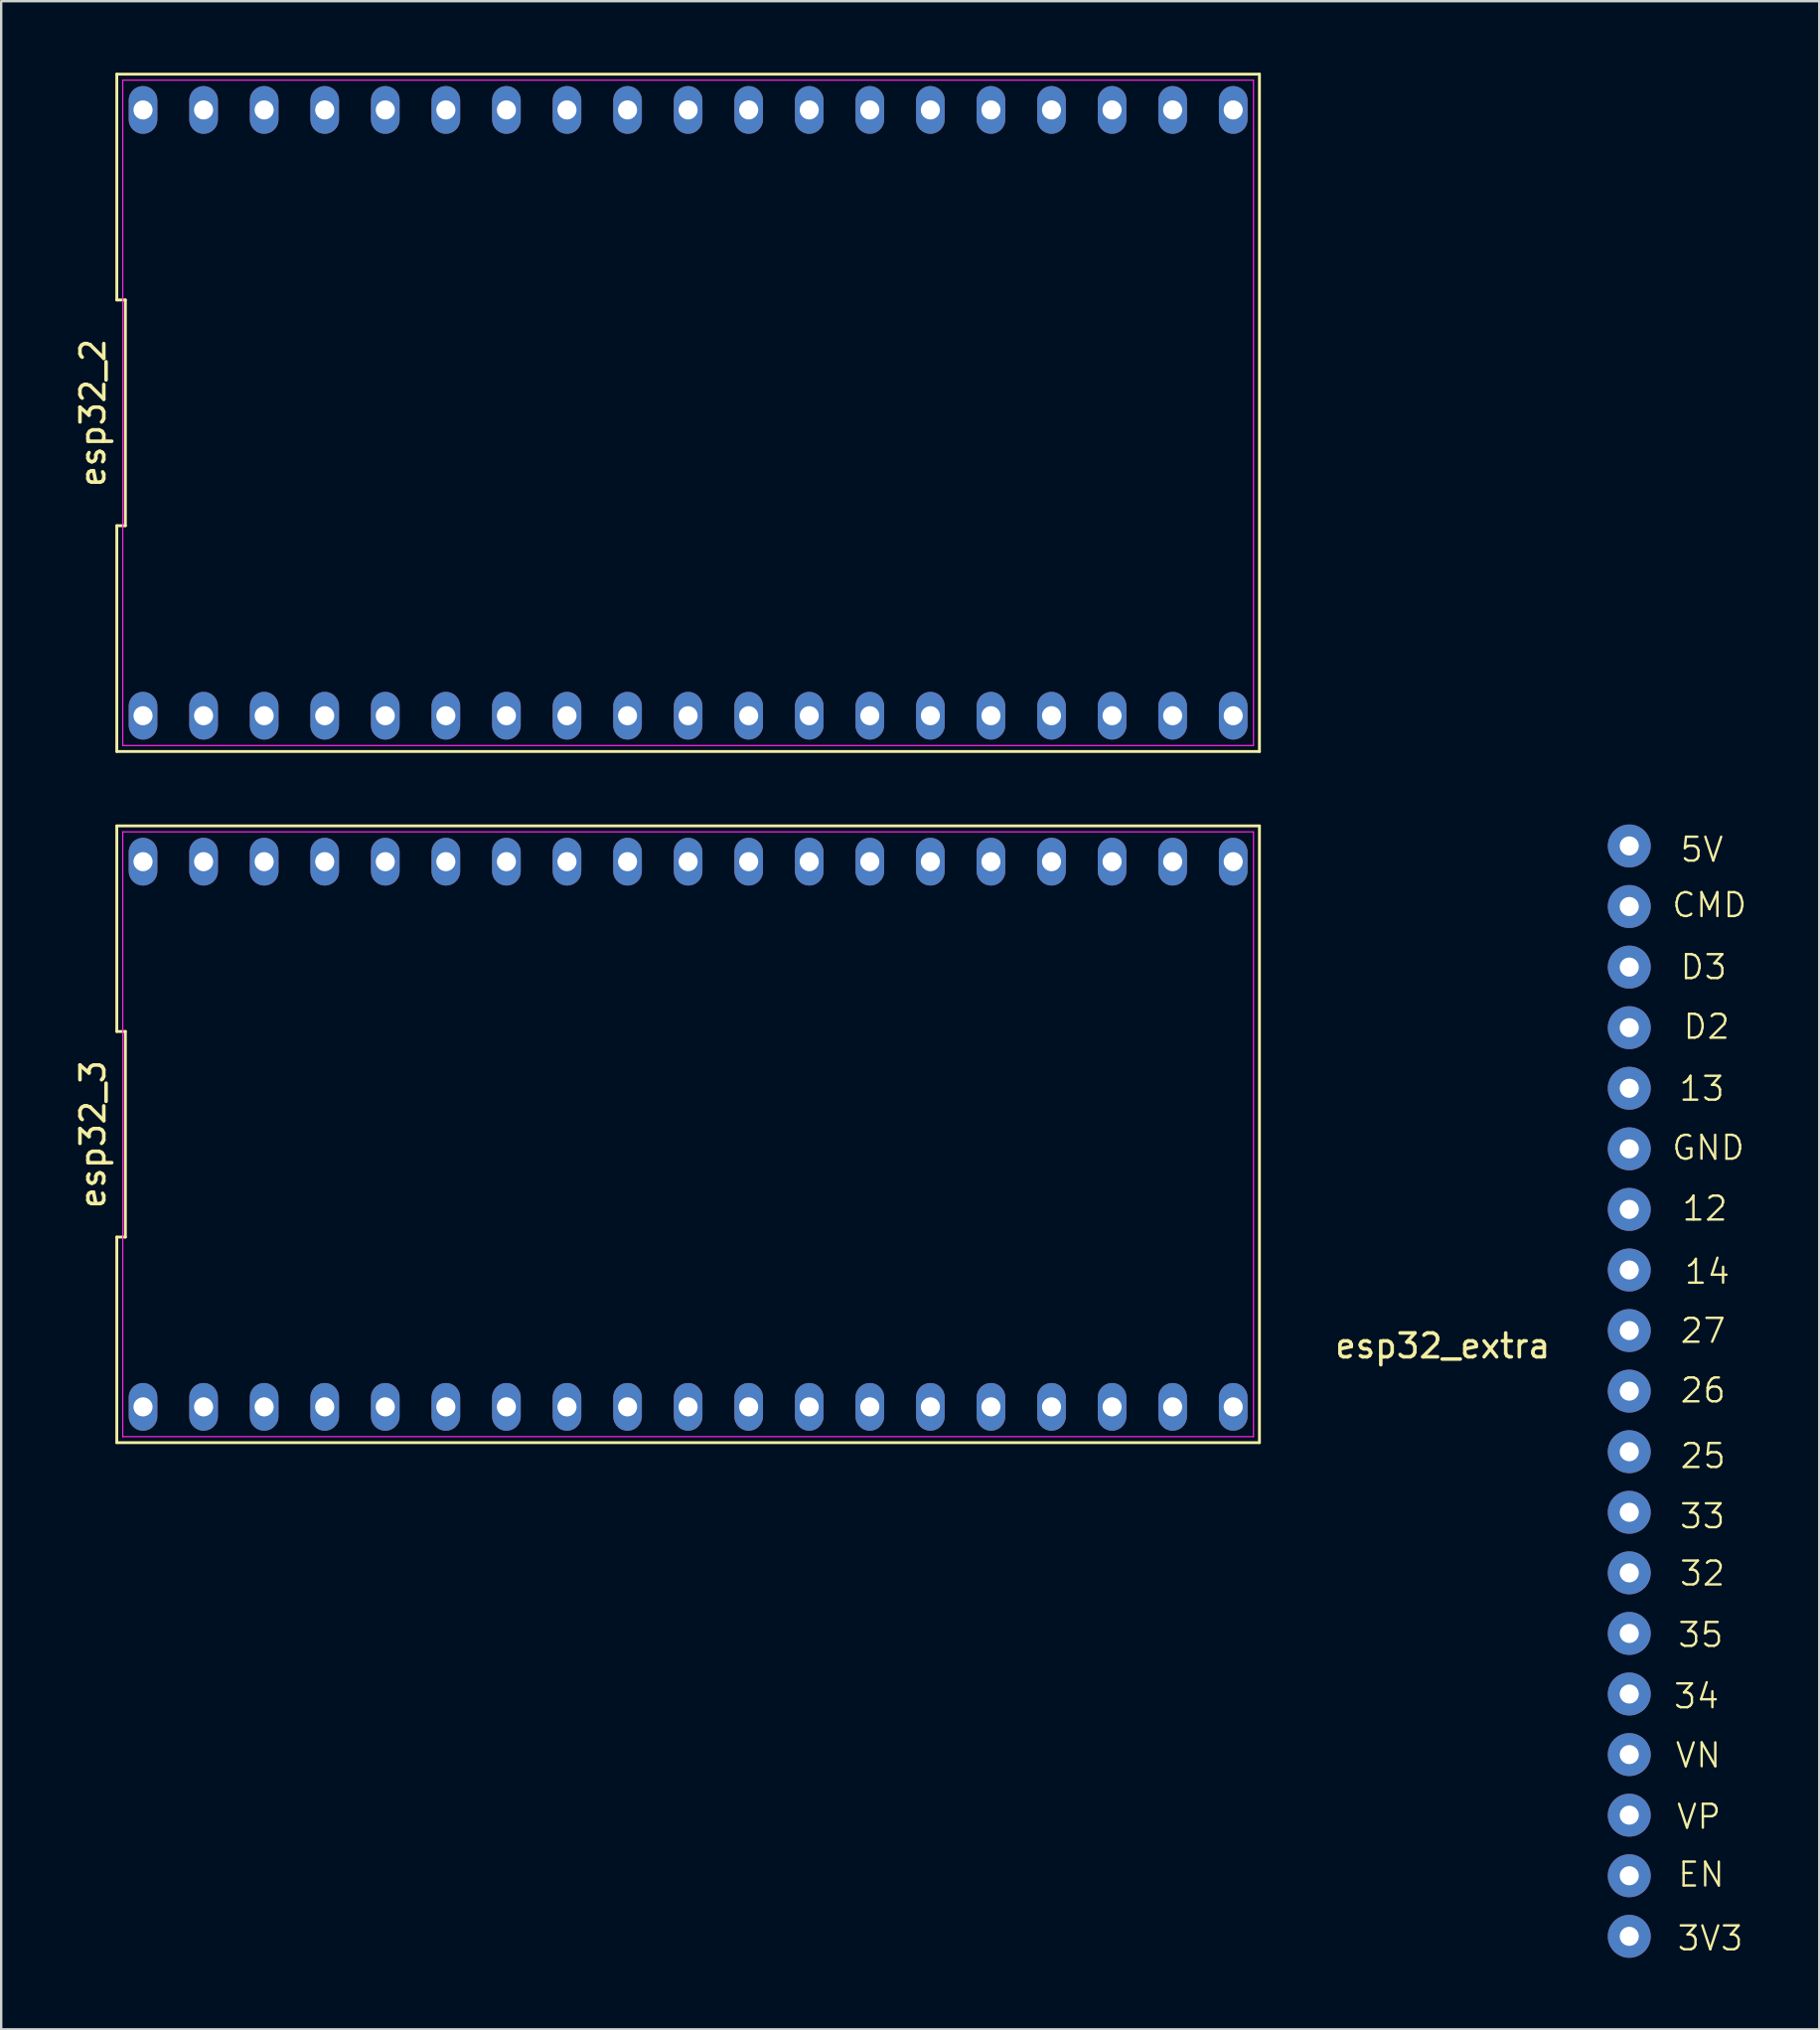
<source format=kicad_pcb>
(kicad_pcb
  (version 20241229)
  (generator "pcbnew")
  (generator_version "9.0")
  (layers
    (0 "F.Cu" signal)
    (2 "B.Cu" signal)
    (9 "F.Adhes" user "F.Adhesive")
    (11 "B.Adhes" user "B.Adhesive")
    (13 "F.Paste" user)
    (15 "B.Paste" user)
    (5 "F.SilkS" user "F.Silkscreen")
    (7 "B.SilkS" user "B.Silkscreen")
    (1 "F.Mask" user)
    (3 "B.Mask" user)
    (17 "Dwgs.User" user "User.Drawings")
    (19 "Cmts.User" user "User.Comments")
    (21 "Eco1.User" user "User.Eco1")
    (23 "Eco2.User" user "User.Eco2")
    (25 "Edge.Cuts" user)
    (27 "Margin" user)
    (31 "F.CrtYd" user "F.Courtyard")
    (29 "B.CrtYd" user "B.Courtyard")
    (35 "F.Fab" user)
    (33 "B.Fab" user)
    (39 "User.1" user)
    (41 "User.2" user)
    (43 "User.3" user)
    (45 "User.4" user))
  (footprint "esp32_2"
    (layer "F.Cu")
    (at 25.808 14.26)
    (property "Reference" "esp32_2" (at -24.96 0 90) (unlocked yes) (layer "F.SilkS") (effects (font (size 1 1) (thickness 0.15))))
    (attr through_hole)
    (fp_line (start -23.96 -14.2) (end -23.96 -4.733) (stroke (width 0.12) (type default)) (layer "F.SilkS"))
    (fp_line (start -23.96 -4.733) (end -23.6 -4.733) (stroke (width 0.12) (type default)) (layer "F.SilkS"))
    (fp_line (start -23.96 4.733) (end -23.96 14.2) (stroke (width 0.12) (type default)) (layer "F.SilkS"))
    (fp_line (start -23.96 14.2) (end 23.96 14.2) (stroke (width 0.12) (type default)) (layer "F.SilkS"))
    (fp_line (start -23.6 -4.733) (end -23.6 4.733) (stroke (width 0.12) (type default)) (layer "F.SilkS"))
    (fp_line (start -23.6 4.733) (end -23.96 4.733) (stroke (width 0.12) (type default)) (layer "F.SilkS"))
    (fp_line (start 23.96 -14.2) (end -23.96 -14.2) (stroke (width 0.12) (type default)) (layer "F.SilkS"))
    (fp_line (start 23.96 14.2) (end 23.96 -14.2) (stroke (width 0.12) (type default)) (layer "F.SilkS"))
    (fp_line (start -23.71 -13.95) (end 23.71 -13.95) (stroke (width 0.05) (type default)) (layer "F.CrtYd"))
    (fp_line (start -23.71 13.95) (end -23.71 -13.95) (stroke (width 0.05) (type default)) (layer "F.CrtYd"))
    (fp_line (start 23.71 -13.95) (end 23.71 13.95) (stroke (width 0.05) (type default)) (layer "F.CrtYd"))
    (fp_line (start 23.71 13.95) (end -23.71 13.95) (stroke (width 0.05) (type default)) (layer "F.CrtYd"))
    (pad "1" thru_hole oval (at -22.86 12.7) (size 1.2 2) (drill 0.8) (layers "*.Cu" "*.Mask"))
    (pad "2" thru_hole oval (at -20.32 12.7) (size 1.2 2) (drill 0.8) (layers "*.Cu" "*.Mask"))
    (pad "3" thru_hole oval (at -17.78 12.7) (size 1.2 2) (drill 0.8) (layers "*.Cu" "*.Mask"))
    (pad "4" thru_hole oval (at -15.24 12.7) (size 1.2 2) (drill 0.8) (layers "*.Cu" "*.Mask"))
    (pad "5" thru_hole oval (at -12.7 12.7) (size 1.2 2) (drill 0.8) (layers "*.Cu" "*.Mask"))
    (pad "6" thru_hole oval (at -10.16 12.7) (size 1.2 2) (drill 0.8) (layers "*.Cu" "*.Mask"))
    (pad "7" thru_hole oval (at -7.62 12.7) (size 1.2 2) (drill 0.8) (layers "*.Cu" "*.Mask"))
    (pad "8" thru_hole oval (at -5.08 12.7) (size 1.2 2) (drill 0.8) (layers "*.Cu" "*.Mask"))
    (pad "9" thru_hole oval (at -2.54 12.7) (size 1.2 2) (drill 0.8) (layers "*.Cu" "*.Mask"))
    (pad "10" thru_hole oval (at 0 12.7) (size 1.2 2) (drill 0.8) (layers "*.Cu" "*.Mask"))
    (pad "11" thru_hole oval (at 2.54 12.7) (size 1.2 2) (drill 0.8) (layers "*.Cu" "*.Mask"))
    (pad "12" thru_hole oval (at 5.08 12.7) (size 1.2 2) (drill 0.8) (layers "*.Cu" "*.Mask"))
    (pad "13" thru_hole oval (at 7.62 12.7) (size 1.2 2) (drill 0.8) (layers "*.Cu" "*.Mask"))
    (pad "14" thru_hole oval (at 10.16 12.7) (size 1.2 2) (drill 0.8) (layers "*.Cu" "*.Mask"))
    (pad "15" thru_hole oval (at 12.7 12.7) (size 1.2 2) (drill 0.8) (layers "*.Cu" "*.Mask"))
    (pad "16" thru_hole oval (at 15.24 12.7) (size 1.2 2) (drill 0.8) (layers "*.Cu" "*.Mask"))
    (pad "17" thru_hole oval (at 17.78 12.7) (size 1.2 2) (drill 0.8) (layers "*.Cu" "*.Mask"))
    (pad "18" thru_hole oval (at 20.32 12.7) (size 1.2 2) (drill 0.8) (layers "*.Cu" "*.Mask"))
    (pad "19" thru_hole oval (at 22.86 12.7) (size 1.2 2) (drill 0.8) (layers "*.Cu" "*.Mask"))
    (pad "20" thru_hole oval (at 22.86 -12.7) (size 1.2 2) (drill 0.8) (layers "*.Cu" "*.Mask"))
    (pad "21" thru_hole oval (at 20.32 -12.7) (size 1.2 2) (drill 0.8) (layers "*.Cu" "*.Mask"))
    (pad "22" thru_hole oval (at 17.78 -12.7) (size 1.2 2) (drill 0.8) (layers "*.Cu" "*.Mask"))
    (pad "23" thru_hole oval (at 15.24 -12.7) (size 1.2 2) (drill 0.8) (layers "*.Cu" "*.Mask"))
    (pad "24" thru_hole oval (at 12.7 -12.7) (size 1.2 2) (drill 0.8) (layers "*.Cu" "*.Mask"))
    (pad "25" thru_hole oval (at 10.16 -12.7) (size 1.2 2) (drill 0.8) (layers "*.Cu" "*.Mask"))
    (pad "26" thru_hole oval (at 7.62 -12.7) (size 1.2 2) (drill 0.8) (layers "*.Cu" "*.Mask"))
    (pad "27" thru_hole oval (at 5.08 -12.7) (size 1.2 2) (drill 0.8) (layers "*.Cu" "*.Mask"))
    (pad "28" thru_hole oval (at 2.54 -12.7) (size 1.2 2) (drill 0.8) (layers "*.Cu" "*.Mask"))
    (pad "29" thru_hole oval (at 0 -12.7) (size 1.2 2) (drill 0.8) (layers "*.Cu" "*.Mask"))
    (pad "30" thru_hole oval (at -2.54 -12.7) (size 1.2 2) (drill 0.8) (layers "*.Cu" "*.Mask"))
    (pad "31" thru_hole oval (at -5.08 -12.7) (size 1.2 2) (drill 0.8) (layers "*.Cu" "*.Mask"))
    (pad "32" thru_hole oval (at -7.62 -12.7) (size 1.2 2) (drill 0.8) (layers "*.Cu" "*.Mask"))
    (pad "33" thru_hole oval (at -10.16 -12.7) (size 1.2 2) (drill 0.8) (layers "*.Cu" "*.Mask"))
    (pad "34" thru_hole oval (at -12.7 -12.7) (size 1.2 2) (drill 0.8) (layers "*.Cu" "*.Mask"))
    (pad "35" thru_hole oval (at -15.24 -12.7) (size 1.2 2) (drill 0.8) (layers "*.Cu" "*.Mask"))
    (pad "36" thru_hole oval (at -17.78 -12.7) (size 1.2 2) (drill 0.8) (layers "*.Cu" "*.Mask"))
    (pad "37" thru_hole oval (at -20.32 -12.7) (size 1.2 2) (drill 0.8) (layers "*.Cu" "*.Mask"))
    (pad "38" thru_hole oval (at -22.86 -12.7) (size 1.2 2) (drill 0.8) (layers "*.Cu" "*.Mask")))
  (footprint "esp32_3"
    (layer "F.Cu")
    (at 25.808 44.51)
    (property "Reference" "esp32_3" (at -24.96 0 90) (unlocked yes) (layer "F.SilkS") (effects (font (size 1 1) (thickness 0.15))))
    (attr through_hole)
    (fp_line (start -23.96 -12.93) (end -23.96 -4.31) (stroke (width 0.12) (type default)) (layer "F.SilkS"))
    (fp_line (start -23.96 -4.31) (end -23.6 -4.31) (stroke (width 0.12) (type default)) (layer "F.SilkS"))
    (fp_line (start -23.96 4.31) (end -23.96 12.93) (stroke (width 0.12) (type default)) (layer "F.SilkS"))
    (fp_line (start -23.96 12.93) (end 23.96 12.93) (stroke (width 0.12) (type default)) (layer "F.SilkS"))
    (fp_line (start -23.6 -4.31) (end -23.6 4.31) (stroke (width 0.12) (type default)) (layer "F.SilkS"))
    (fp_line (start -23.6 4.31) (end -23.96 4.31) (stroke (width 0.12) (type default)) (layer "F.SilkS"))
    (fp_line (start 23.96 -12.93) (end -23.96 -12.93) (stroke (width 0.12) (type default)) (layer "F.SilkS"))
    (fp_line (start 23.96 12.93) (end 23.96 -12.93) (stroke (width 0.12) (type default)) (layer "F.SilkS"))
    (fp_line (start -23.71 -12.68) (end 23.71 -12.68) (stroke (width 0.05) (type default)) (layer "F.CrtYd"))
    (fp_line (start -23.71 12.68) (end -23.71 -12.68) (stroke (width 0.05) (type default)) (layer "F.CrtYd"))
    (fp_line (start 23.71 -12.68) (end 23.71 12.68) (stroke (width 0.05) (type default)) (layer "F.CrtYd"))
    (fp_line (start 23.71 12.68) (end -23.71 12.68) (stroke (width 0.05) (type default)) (layer "F.CrtYd"))
    (pad "1" thru_hole oval (at -22.86 11.43) (size 1.2 2) (drill 0.8) (layers "*.Cu" "*.Mask"))
    (pad "2" thru_hole oval (at -20.32 11.43) (size 1.2 2) (drill 0.8) (layers "*.Cu" "*.Mask"))
    (pad "3" thru_hole oval (at -17.78 11.43) (size 1.2 2) (drill 0.8) (layers "*.Cu" "*.Mask"))
    (pad "4" thru_hole oval (at -15.24 11.43) (size 1.2 2) (drill 0.8) (layers "*.Cu" "*.Mask"))
    (pad "5" thru_hole oval (at -12.7 11.43) (size 1.2 2) (drill 0.8) (layers "*.Cu" "*.Mask"))
    (pad "6" thru_hole oval (at -10.16 11.43) (size 1.2 2) (drill 0.8) (layers "*.Cu" "*.Mask"))
    (pad "7" thru_hole oval (at -7.62 11.43) (size 1.2 2) (drill 0.8) (layers "*.Cu" "*.Mask"))
    (pad "8" thru_hole oval (at -5.08 11.43) (size 1.2 2) (drill 0.8) (layers "*.Cu" "*.Mask"))
    (pad "9" thru_hole oval (at -2.54 11.43) (size 1.2 2) (drill 0.8) (layers "*.Cu" "*.Mask"))
    (pad "10" thru_hole oval (at 0 11.43) (size 1.2 2) (drill 0.8) (layers "*.Cu" "*.Mask"))
    (pad "11" thru_hole oval (at 2.54 11.43) (size 1.2 2) (drill 0.8) (layers "*.Cu" "*.Mask"))
    (pad "12" thru_hole oval (at 5.08 11.43) (size 1.2 2) (drill 0.8) (layers "*.Cu" "*.Mask"))
    (pad "13" thru_hole oval (at 7.62 11.43) (size 1.2 2) (drill 0.8) (layers "*.Cu" "*.Mask"))
    (pad "14" thru_hole oval (at 10.16 11.43) (size 1.2 2) (drill 0.8) (layers "*.Cu" "*.Mask"))
    (pad "15" thru_hole oval (at 12.7 11.43) (size 1.2 2) (drill 0.8) (layers "*.Cu" "*.Mask"))
    (pad "16" thru_hole oval (at 15.24 11.43) (size 1.2 2) (drill 0.8) (layers "*.Cu" "*.Mask"))
    (pad "17" thru_hole oval (at 17.78 11.43) (size 1.2 2) (drill 0.8) (layers "*.Cu" "*.Mask"))
    (pad "18" thru_hole oval (at 20.32 11.43) (size 1.2 2) (drill 0.8) (layers "*.Cu" "*.Mask"))
    (pad "19" thru_hole oval (at 22.86 11.43) (size 1.2 2) (drill 0.8) (layers "*.Cu" "*.Mask"))
    (pad "20" thru_hole oval (at 22.86 -11.43) (size 1.2 2) (drill 0.8) (layers "*.Cu" "*.Mask"))
    (pad "21" thru_hole oval (at 20.32 -11.43) (size 1.2 2) (drill 0.8) (layers "*.Cu" "*.Mask"))
    (pad "22" thru_hole oval (at 17.78 -11.43) (size 1.2 2) (drill 0.8) (layers "*.Cu" "*.Mask"))
    (pad "23" thru_hole oval (at 15.24 -11.43) (size 1.2 2) (drill 0.8) (layers "*.Cu" "*.Mask"))
    (pad "24" thru_hole oval (at 12.7 -11.43) (size 1.2 2) (drill 0.8) (layers "*.Cu" "*.Mask"))
    (pad "25" thru_hole oval (at 10.16 -11.43) (size 1.2 2) (drill 0.8) (layers "*.Cu" "*.Mask"))
    (pad "26" thru_hole oval (at 7.62 -11.43) (size 1.2 2) (drill 0.8) (layers "*.Cu" "*.Mask"))
    (pad "27" thru_hole oval (at 5.08 -11.43) (size 1.2 2) (drill 0.8) (layers "*.Cu" "*.Mask"))
    (pad "28" thru_hole oval (at 2.54 -11.43) (size 1.2 2) (drill 0.8) (layers "*.Cu" "*.Mask"))
    (pad "29" thru_hole oval (at 0 -11.43) (size 1.2 2) (drill 0.8) (layers "*.Cu" "*.Mask"))
    (pad "30" thru_hole oval (at -2.54 -11.43) (size 1.2 2) (drill 0.8) (layers "*.Cu" "*.Mask"))
    (pad "31" thru_hole oval (at -5.08 -11.43) (size 1.2 2) (drill 0.8) (layers "*.Cu" "*.Mask"))
    (pad "32" thru_hole oval (at -7.62 -11.43) (size 1.2 2) (drill 0.8) (layers "*.Cu" "*.Mask"))
    (pad "33" thru_hole oval (at -10.16 -11.43) (size 1.2 2) (drill 0.8) (layers "*.Cu" "*.Mask"))
    (pad "34" thru_hole oval (at -12.7 -11.43) (size 1.2 2) (drill 0.8) (layers "*.Cu" "*.Mask"))
    (pad "35" thru_hole oval (at -15.24 -11.43) (size 1.2 2) (drill 0.8) (layers "*.Cu" "*.Mask"))
    (pad "36" thru_hole oval (at -17.78 -11.43) (size 1.2 2) (drill 0.8) (layers "*.Cu" "*.Mask"))
    (pad "37" thru_hole oval (at -20.32 -11.43) (size 1.2 2) (drill 0.8) (layers "*.Cu" "*.Mask"))
    (pad "38" thru_hole oval (at -22.86 -11.43) (size 1.2 2) (drill 0.8) (layers "*.Cu" "*.Mask")))
  (footprint "esp32_extra"
    (layer "F.Cu")
    (at 65.028 55.36)
    (property "Reference" "esp32_extra" (at -7.575 -1.975 0) (unlocked yes) (layer "F.SilkS") (effects (font (size 1 1) (thickness 0.15))))
    (attr through_hole)
    (fp_text user "32" (at 2.3 8.15 0) (unlocked yes) (layer "F.SilkS") (effects (font (size 1 1) (thickness 0.1)) (justify left bottom)))
    (fp_text user "27" (at 2.325 -2.025 0) (unlocked yes) (layer "F.SilkS") (effects (font (size 1 1) (thickness 0.1)) (justify left bottom)))
    (fp_text user "EN" (at 2.225 20.775 0) (unlocked yes) (layer "F.SilkS") (effects (font (size 1 1) (thickness 0.1)) (justify left bottom)))
    (fp_text user "GND" (at 1.975 -9.7 0) (unlocked yes) (layer "F.SilkS") (effects (font (size 1 1) (thickness 0.1)) (justify left bottom)))
    (fp_text user "14" (at 2.5 -4.5 0) (unlocked yes) (layer "F.SilkS") (effects (font (size 1 1) (thickness 0.1)) (justify left bottom)))
    (fp_text user "VN" (at 2.125 15.775 0) (unlocked yes) (layer "F.SilkS") (effects (font (size 1 1) (thickness 0.1)) (justify left bottom)))
    (fp_text user "D3" (at 2.325 -17.275 0) (unlocked yes) (layer "F.SilkS") (effects (font (size 1 1) (thickness 0.1)) (justify left bottom)))
    (fp_text user "VP" (at 2.175 18.35 0) (unlocked yes) (layer "F.SilkS") (effects (font (size 1 1) (thickness 0.1)) (justify left bottom)))
    (fp_text user "13" (at 2.275 -12.175 0) (unlocked yes) (layer "F.SilkS") (effects (font (size 1 1) (thickness 0.1)) (justify left bottom)))
    (fp_text user "3V3" (at 2.2 23.45 0) (unlocked yes) (layer "F.SilkS") (effects (font (size 1 1) (thickness 0.1)) (justify left bottom)))
    (fp_text user "D2" (at 2.45 -14.775 0) (unlocked yes) (layer "F.SilkS") (effects (font (size 1 1) (thickness 0.1)) (justify left bottom)))
    (fp_text user "34" (at 2.05 13.3 0) (unlocked yes) (layer "F.SilkS") (effects (font (size 1 1) (thickness 0.1)) (justify left bottom)))
    (fp_text user "CMD" (at 1.975 -19.875 0) (unlocked yes) (layer "F.SilkS") (effects (font (size 1 1) (thickness 0.1)) (justify left bottom)))
    (fp_text user "12" (at 2.4 -7.15 0) (unlocked yes) (layer "F.SilkS") (effects (font (size 1 1) (thickness 0.1)) (justify left bottom)))
    (fp_text user "33" (at 2.3 5.75 0) (unlocked yes) (layer "F.SilkS") (effects (font (size 1 1) (thickness 0.1)) (justify left bottom)))
    (fp_text user "5V" (at 2.325 -22.2 0) (unlocked yes) (layer "F.SilkS") (effects (font (size 1 1) (thickness 0.1)) (justify left bottom)))
    (fp_text user "26" (at 2.325 0.475 0) (unlocked yes) (layer "F.SilkS") (effects (font (size 1 1) (thickness 0.1)) (justify left bottom)))
    (fp_text user "35" (at 2.225 10.725 0) (unlocked yes) (layer "F.SilkS") (effects (font (size 1 1) (thickness 0.1)) (justify left bottom)))
    (fp_text user "25" (at 2.325 3.225 0) (unlocked yes) (layer "F.SilkS") (effects (font (size 1 1) (thickness 0.1)) (justify left bottom)))
    (pad "1" thru_hole oval (at 0.25 22.78 90) (size 1.8 1.8) (drill 0.8) (layers "*.Cu" "*.Mask"))
    (pad "2" thru_hole oval (at 0.25 20.24 90) (size 1.8 1.8) (drill 0.8) (layers "*.Cu" "*.Mask"))
    (pad "3" thru_hole oval (at 0.25 17.7 90) (size 1.8 1.8) (drill 0.8) (layers "*.Cu" "*.Mask"))
    (pad "4" thru_hole oval (at 0.25 15.16 90) (size 1.8 1.8) (drill 0.8) (layers "*.Cu" "*.Mask"))
    (pad "5" thru_hole oval (at 0.25 12.62 90) (size 1.8 1.8) (drill 0.8) (layers "*.Cu" "*.Mask"))
    (pad "6" thru_hole oval (at 0.25 10.08 90) (size 1.8 1.8) (drill 0.8) (layers "*.Cu" "*.Mask"))
    (pad "7" thru_hole oval (at 0.25 7.54 90) (size 1.8 1.8) (drill 0.8) (layers "*.Cu" "*.Mask"))
    (pad "8" thru_hole oval (at 0.25 5 90) (size 1.8 1.8) (drill 0.8) (layers "*.Cu" "*.Mask"))
    (pad "9" thru_hole oval (at 0.25 2.46 90) (size 1.8 1.8) (drill 0.8) (layers "*.Cu" "*.Mask"))
    (pad "10" thru_hole oval (at 0.25 -0.08 90) (size 1.8 1.8) (drill 0.8) (layers "*.Cu" "*.Mask"))
    (pad "11" thru_hole oval (at 0.25 -2.62 90) (size 1.8 1.8) (drill 0.8) (layers "*.Cu" "*.Mask"))
    (pad "12" thru_hole oval (at 0.25 -5.16 90) (size 1.8 1.8) (drill 0.8) (layers "*.Cu" "*.Mask"))
    (pad "13" thru_hole oval (at 0.25 -7.7 90) (size 1.8 1.8) (drill 0.8) (layers "*.Cu" "*.Mask"))
    (pad "14" thru_hole oval (at 0.25 -10.24 90) (size 1.8 1.8) (drill 0.8) (layers "*.Cu" "*.Mask"))
    (pad "15" thru_hole oval (at 0.25 -12.78 90) (size 1.8 1.8) (drill 0.8) (layers "*.Cu" "*.Mask"))
    (pad "16" thru_hole oval (at 0.25 -15.32 90) (size 1.8 1.8) (drill 0.8) (layers "*.Cu" "*.Mask"))
    (pad "17" thru_hole oval (at 0.25 -17.86 90) (size 1.8 1.8) (drill 0.8) (layers "*.Cu" "*.Mask"))
    (pad "18" thru_hole oval (at 0.25 -20.4 90) (size 1.8 1.8) (drill 0.8) (layers "*.Cu" "*.Mask"))
    (pad "19" thru_hole oval (at 0.25 -22.94 90) (size 1.8 1.8) (drill 0.8) (layers "*.Cu" "*.Mask")))
  (gr_rect
    (start -3 -3)
    (end 73.246 82.04)
    (stroke (width 0.1) (type default))
    (fill no)
    (layer "Edge.Cuts")))
</source>
